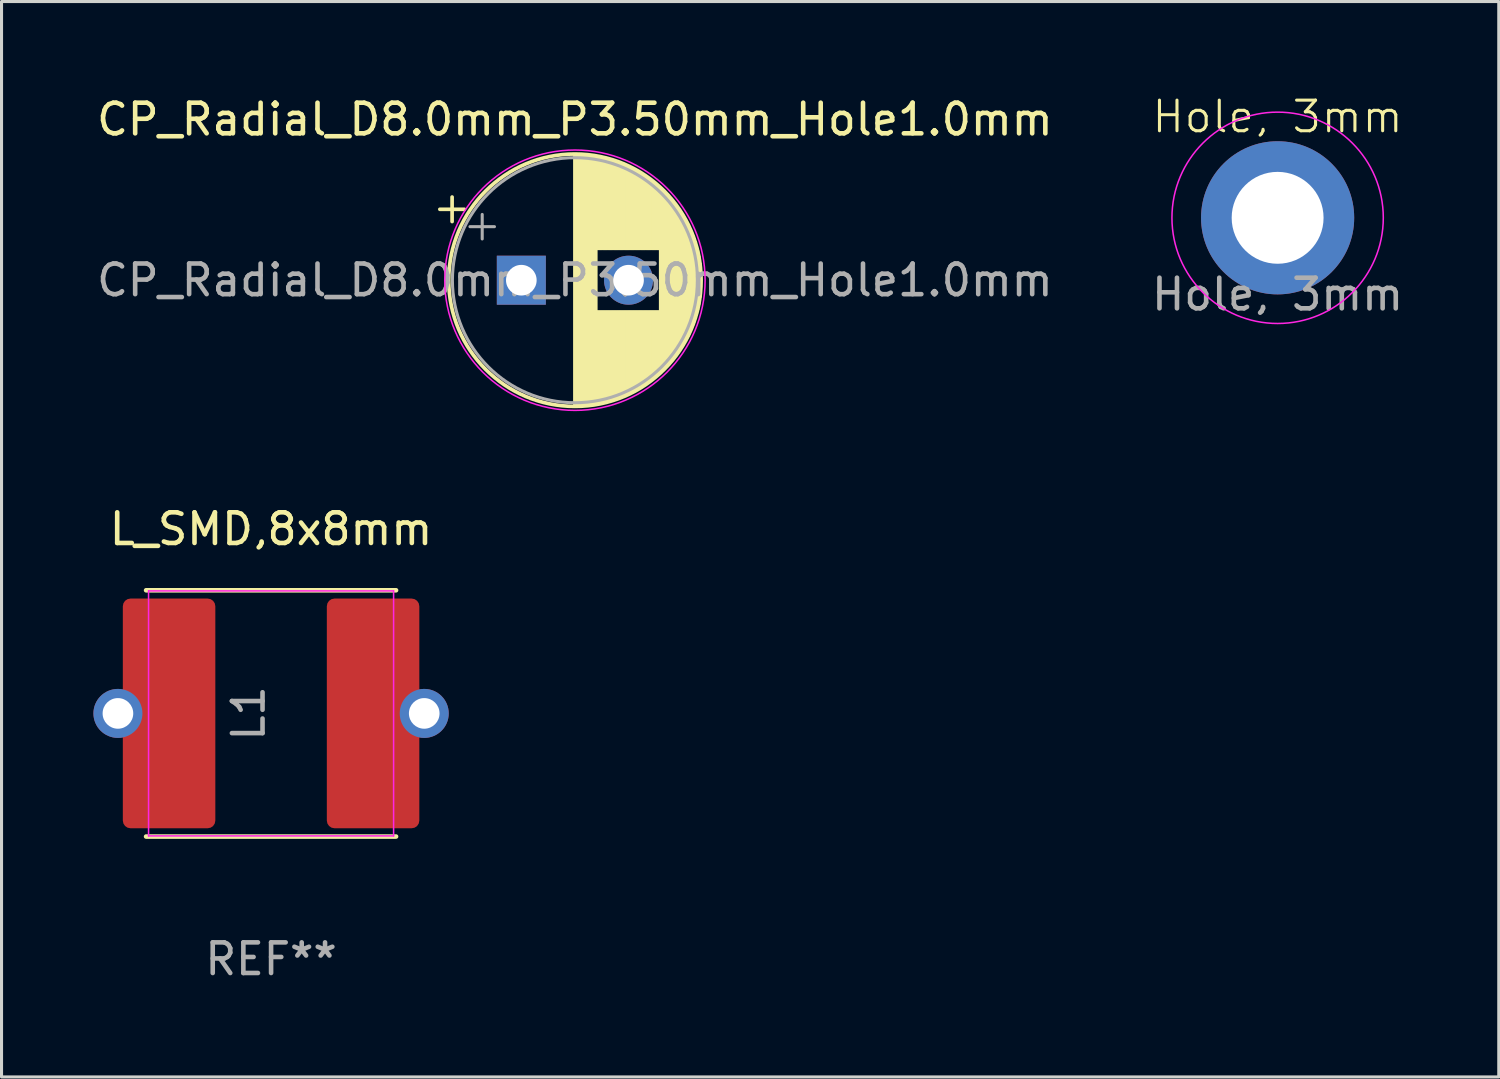
<source format=kicad_pcb>
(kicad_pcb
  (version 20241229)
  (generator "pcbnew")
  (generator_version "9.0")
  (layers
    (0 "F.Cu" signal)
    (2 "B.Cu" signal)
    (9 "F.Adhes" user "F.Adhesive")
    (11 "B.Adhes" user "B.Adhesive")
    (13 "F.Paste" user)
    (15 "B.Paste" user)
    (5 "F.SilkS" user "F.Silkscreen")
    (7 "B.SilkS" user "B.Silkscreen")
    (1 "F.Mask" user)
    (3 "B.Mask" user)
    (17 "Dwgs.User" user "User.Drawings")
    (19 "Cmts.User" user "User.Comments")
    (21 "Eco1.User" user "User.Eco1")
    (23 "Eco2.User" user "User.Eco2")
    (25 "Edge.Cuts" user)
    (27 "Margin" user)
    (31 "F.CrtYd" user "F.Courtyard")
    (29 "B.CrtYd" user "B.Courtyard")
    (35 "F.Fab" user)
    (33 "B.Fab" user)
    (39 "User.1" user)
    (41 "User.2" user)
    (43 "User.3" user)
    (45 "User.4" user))
  (footprint "CP_Radial_D8.0mm_P3.50mm_Hole1.0mm"
    (layer "F.Cu")
    (at 13.97 6.098)
    (property "Reference" "CP_Radial_D8.0mm_P3.50mm_Hole1.0mm" (at 1.75 -5.25 180) (layer "F.SilkS") (effects (font (size 1 1) (thickness 0.15))))
    (attr through_hole)
    (fp_line (start -2.66 -2.315) (end -1.86 -2.315) (stroke (width 0.12) (type solid)) (layer "F.SilkS"))
    (fp_line (start -2.26 -2.715) (end -2.26 -1.915) (stroke (width 0.12) (type solid)) (layer "F.SilkS"))
    (fp_line (start 1.75 -4.08) (end 1.75 4.08) (stroke (width 0.12) (type solid)) (layer "F.SilkS"))
    (fp_line (start 1.79 -4.08) (end 1.79 4.08) (stroke (width 0.12) (type solid)) (layer "F.SilkS"))
    (fp_line (start 1.83 -4.08) (end 1.83 4.08) (stroke (width 0.12) (type solid)) (layer "F.SilkS"))
    (fp_line (start 1.87 -4.079) (end 1.87 4.079) (stroke (width 0.12) (type solid)) (layer "F.SilkS"))
    (fp_line (start 1.91 -4.077) (end 1.91 4.077) (stroke (width 0.12) (type solid)) (layer "F.SilkS"))
    (fp_line (start 1.95 -4.076) (end 1.95 4.076) (stroke (width 0.12) (type solid)) (layer "F.SilkS"))
    (fp_line (start 1.99 -4.074) (end 1.99 4.074) (stroke (width 0.12) (type solid)) (layer "F.SilkS"))
    (fp_line (start 2.03 -4.071) (end 2.03 4.071) (stroke (width 0.12) (type solid)) (layer "F.SilkS"))
    (fp_line (start 2.07 -4.068) (end 2.07 4.068) (stroke (width 0.12) (type solid)) (layer "F.SilkS"))
    (fp_line (start 2.11 -4.065) (end 2.11 4.065) (stroke (width 0.12) (type solid)) (layer "F.SilkS"))
    (fp_line (start 2.15 -4.061) (end 2.15 4.061) (stroke (width 0.12) (type solid)) (layer "F.SilkS"))
    (fp_line (start 2.19 -4.057) (end 2.19 4.057) (stroke (width 0.12) (type solid)) (layer "F.SilkS"))
    (fp_line (start 2.23 -4.052) (end 2.23 4.052) (stroke (width 0.12) (type solid)) (layer "F.SilkS"))
    (fp_line (start 2.27 -4.048) (end 2.27 4.048) (stroke (width 0.12) (type solid)) (layer "F.SilkS"))
    (fp_line (start 2.31 -4.042) (end 2.31 4.042) (stroke (width 0.12) (type solid)) (layer "F.SilkS"))
    (fp_line (start 2.35 -4.037) (end 2.35 4.037) (stroke (width 0.12) (type solid)) (layer "F.SilkS"))
    (fp_line (start 2.39 -4.03) (end 2.39 4.03) (stroke (width 0.12) (type solid)) (layer "F.SilkS"))
    (fp_line (start 2.43 -4.024) (end 2.43 4.024) (stroke (width 0.12) (type solid)) (layer "F.SilkS"))
    (fp_line (start 2.471 -4.017) (end 2.471 -1.04) (stroke (width 0.12) (type solid)) (layer "F.SilkS"))
    (fp_line (start 2.471 1.04) (end 2.471 4.017) (stroke (width 0.12) (type solid)) (layer "F.SilkS"))
    (fp_line (start 2.511 -4.01) (end 2.511 -1.04) (stroke (width 0.12) (type solid)) (layer "F.SilkS"))
    (fp_line (start 2.511 1.04) (end 2.511 4.01) (stroke (width 0.12) (type solid)) (layer "F.SilkS"))
    (fp_line (start 2.551 -4.002) (end 2.551 -1.04) (stroke (width 0.12) (type solid)) (layer "F.SilkS"))
    (fp_line (start 2.551 1.04) (end 2.551 4.002) (stroke (width 0.12) (type solid)) (layer "F.SilkS"))
    (fp_line (start 2.591 -3.994) (end 2.591 -1.04) (stroke (width 0.12) (type solid)) (layer "F.SilkS"))
    (fp_line (start 2.591 1.04) (end 2.591 3.994) (stroke (width 0.12) (type solid)) (layer "F.SilkS"))
    (fp_line (start 2.631 -3.985) (end 2.631 -1.04) (stroke (width 0.12) (type solid)) (layer "F.SilkS"))
    (fp_line (start 2.631 1.04) (end 2.631 3.985) (stroke (width 0.12) (type solid)) (layer "F.SilkS"))
    (fp_line (start 2.671 -3.976) (end 2.671 -1.04) (stroke (width 0.12) (type solid)) (layer "F.SilkS"))
    (fp_line (start 2.671 1.04) (end 2.671 3.976) (stroke (width 0.12) (type solid)) (layer "F.SilkS"))
    (fp_line (start 2.711 -3.967) (end 2.711 -1.04) (stroke (width 0.12) (type solid)) (layer "F.SilkS"))
    (fp_line (start 2.711 1.04) (end 2.711 3.967) (stroke (width 0.12) (type solid)) (layer "F.SilkS"))
    (fp_line (start 2.751 -3.957) (end 2.751 -1.04) (stroke (width 0.12) (type solid)) (layer "F.SilkS"))
    (fp_line (start 2.751 1.04) (end 2.751 3.957) (stroke (width 0.12) (type solid)) (layer "F.SilkS"))
    (fp_line (start 2.791 -3.947) (end 2.791 -1.04) (stroke (width 0.12) (type solid)) (layer "F.SilkS"))
    (fp_line (start 2.791 1.04) (end 2.791 3.947) (stroke (width 0.12) (type solid)) (layer "F.SilkS"))
    (fp_line (start 2.831 -3.936) (end 2.831 -1.04) (stroke (width 0.12) (type solid)) (layer "F.SilkS"))
    (fp_line (start 2.831 1.04) (end 2.831 3.936) (stroke (width 0.12) (type solid)) (layer "F.SilkS"))
    (fp_line (start 2.871 -3.925) (end 2.871 -1.04) (stroke (width 0.12) (type solid)) (layer "F.SilkS"))
    (fp_line (start 2.871 1.04) (end 2.871 3.925) (stroke (width 0.12) (type solid)) (layer "F.SilkS"))
    (fp_line (start 2.911 -3.914) (end 2.911 -1.04) (stroke (width 0.12) (type solid)) (layer "F.SilkS"))
    (fp_line (start 2.911 1.04) (end 2.911 3.914) (stroke (width 0.12) (type solid)) (layer "F.SilkS"))
    (fp_line (start 2.951 -3.902) (end 2.951 -1.04) (stroke (width 0.12) (type solid)) (layer "F.SilkS"))
    (fp_line (start 2.951 1.04) (end 2.951 3.902) (stroke (width 0.12) (type solid)) (layer "F.SilkS"))
    (fp_line (start 2.991 -3.889) (end 2.991 -1.04) (stroke (width 0.12) (type solid)) (layer "F.SilkS"))
    (fp_line (start 2.991 1.04) (end 2.991 3.889) (stroke (width 0.12) (type solid)) (layer "F.SilkS"))
    (fp_line (start 3.031 -3.877) (end 3.031 -1.04) (stroke (width 0.12) (type solid)) (layer "F.SilkS"))
    (fp_line (start 3.031 1.04) (end 3.031 3.877) (stroke (width 0.12) (type solid)) (layer "F.SilkS"))
    (fp_line (start 3.071 -3.863) (end 3.071 -1.04) (stroke (width 0.12) (type solid)) (layer "F.SilkS"))
    (fp_line (start 3.071 1.04) (end 3.071 3.863) (stroke (width 0.12) (type solid)) (layer "F.SilkS"))
    (fp_line (start 3.111 -3.85) (end 3.111 -1.04) (stroke (width 0.12) (type solid)) (layer "F.SilkS"))
    (fp_line (start 3.111 1.04) (end 3.111 3.85) (stroke (width 0.12) (type solid)) (layer "F.SilkS"))
    (fp_line (start 3.151 -3.835) (end 3.151 -1.04) (stroke (width 0.12) (type solid)) (layer "F.SilkS"))
    (fp_line (start 3.151 1.04) (end 3.151 3.835) (stroke (width 0.12) (type solid)) (layer "F.SilkS"))
    (fp_line (start 3.191 -3.821) (end 3.191 -1.04) (stroke (width 0.12) (type solid)) (layer "F.SilkS"))
    (fp_line (start 3.191 1.04) (end 3.191 3.821) (stroke (width 0.12) (type solid)) (layer "F.SilkS"))
    (fp_line (start 3.231 -3.805) (end 3.231 -1.04) (stroke (width 0.12) (type solid)) (layer "F.SilkS"))
    (fp_line (start 3.231 1.04) (end 3.231 3.805) (stroke (width 0.12) (type solid)) (layer "F.SilkS"))
    (fp_line (start 3.271 -3.79) (end 3.271 -1.04) (stroke (width 0.12) (type solid)) (layer "F.SilkS"))
    (fp_line (start 3.271 1.04) (end 3.271 3.79) (stroke (width 0.12) (type solid)) (layer "F.SilkS"))
    (fp_line (start 3.311 -3.774) (end 3.311 -1.04) (stroke (width 0.12) (type solid)) (layer "F.SilkS"))
    (fp_line (start 3.311 1.04) (end 3.311 3.774) (stroke (width 0.12) (type solid)) (layer "F.SilkS"))
    (fp_line (start 3.351 -3.757) (end 3.351 -1.04) (stroke (width 0.12) (type solid)) (layer "F.SilkS"))
    (fp_line (start 3.351 1.04) (end 3.351 3.757) (stroke (width 0.12) (type solid)) (layer "F.SilkS"))
    (fp_line (start 3.391 -3.74) (end 3.391 -1.04) (stroke (width 0.12) (type solid)) (layer "F.SilkS"))
    (fp_line (start 3.391 1.04) (end 3.391 3.74) (stroke (width 0.12) (type solid)) (layer "F.SilkS"))
    (fp_line (start 3.431 -3.722) (end 3.431 -1.04) (stroke (width 0.12) (type solid)) (layer "F.SilkS"))
    (fp_line (start 3.431 1.04) (end 3.431 3.722) (stroke (width 0.12) (type solid)) (layer "F.SilkS"))
    (fp_line (start 3.471 -3.704) (end 3.471 -1.04) (stroke (width 0.12) (type solid)) (layer "F.SilkS"))
    (fp_line (start 3.471 1.04) (end 3.471 3.704) (stroke (width 0.12) (type solid)) (layer "F.SilkS"))
    (fp_line (start 3.511 -3.686) (end 3.511 -1.04) (stroke (width 0.12) (type solid)) (layer "F.SilkS"))
    (fp_line (start 3.511 1.04) (end 3.511 3.686) (stroke (width 0.12) (type solid)) (layer "F.SilkS"))
    (fp_line (start 3.551 -3.666) (end 3.551 -1.04) (stroke (width 0.12) (type solid)) (layer "F.SilkS"))
    (fp_line (start 3.551 1.04) (end 3.551 3.666) (stroke (width 0.12) (type solid)) (layer "F.SilkS"))
    (fp_line (start 3.591 -3.647) (end 3.591 -1.04) (stroke (width 0.12) (type solid)) (layer "F.SilkS"))
    (fp_line (start 3.591 1.04) (end 3.591 3.647) (stroke (width 0.12) (type solid)) (layer "F.SilkS"))
    (fp_line (start 3.631 -3.627) (end 3.631 -1.04) (stroke (width 0.12) (type solid)) (layer "F.SilkS"))
    (fp_line (start 3.631 1.04) (end 3.631 3.627) (stroke (width 0.12) (type solid)) (layer "F.SilkS"))
    (fp_line (start 3.671 -3.606) (end 3.671 -1.04) (stroke (width 0.12) (type solid)) (layer "F.SilkS"))
    (fp_line (start 3.671 1.04) (end 3.671 3.606) (stroke (width 0.12) (type solid)) (layer "F.SilkS"))
    (fp_line (start 3.711 -3.584) (end 3.711 -1.04) (stroke (width 0.12) (type solid)) (layer "F.SilkS"))
    (fp_line (start 3.711 1.04) (end 3.711 3.584) (stroke (width 0.12) (type solid)) (layer "F.SilkS"))
    (fp_line (start 3.751 -3.562) (end 3.751 -1.04) (stroke (width 0.12) (type solid)) (layer "F.SilkS"))
    (fp_line (start 3.751 1.04) (end 3.751 3.562) (stroke (width 0.12) (type solid)) (layer "F.SilkS"))
    (fp_line (start 3.791 -3.54) (end 3.791 -1.04) (stroke (width 0.12) (type solid)) (layer "F.SilkS"))
    (fp_line (start 3.791 1.04) (end 3.791 3.54) (stroke (width 0.12) (type solid)) (layer "F.SilkS"))
    (fp_line (start 3.831 -3.517) (end 3.831 -1.04) (stroke (width 0.12) (type solid)) (layer "F.SilkS"))
    (fp_line (start 3.831 1.04) (end 3.831 3.517) (stroke (width 0.12) (type solid)) (layer "F.SilkS"))
    (fp_line (start 3.871 -3.493) (end 3.871 -1.04) (stroke (width 0.12) (type solid)) (layer "F.SilkS"))
    (fp_line (start 3.871 1.04) (end 3.871 3.493) (stroke (width 0.12) (type solid)) (layer "F.SilkS"))
    (fp_line (start 3.911 -3.469) (end 3.911 -1.04) (stroke (width 0.12) (type solid)) (layer "F.SilkS"))
    (fp_line (start 3.911 1.04) (end 3.911 3.469) (stroke (width 0.12) (type solid)) (layer "F.SilkS"))
    (fp_line (start 3.951 -3.444) (end 3.951 -1.04) (stroke (width 0.12) (type solid)) (layer "F.SilkS"))
    (fp_line (start 3.951 1.04) (end 3.951 3.444) (stroke (width 0.12) (type solid)) (layer "F.SilkS"))
    (fp_line (start 3.991 -3.418) (end 3.991 -1.04) (stroke (width 0.12) (type solid)) (layer "F.SilkS"))
    (fp_line (start 3.991 1.04) (end 3.991 3.418) (stroke (width 0.12) (type solid)) (layer "F.SilkS"))
    (fp_line (start 4.031 -3.392) (end 4.031 -1.04) (stroke (width 0.12) (type solid)) (layer "F.SilkS"))
    (fp_line (start 4.031 1.04) (end 4.031 3.392) (stroke (width 0.12) (type solid)) (layer "F.SilkS"))
    (fp_line (start 4.071 -3.365) (end 4.071 -1.04) (stroke (width 0.12) (type solid)) (layer "F.SilkS"))
    (fp_line (start 4.071 1.04) (end 4.071 3.365) (stroke (width 0.12) (type solid)) (layer "F.SilkS"))
    (fp_line (start 4.111 -3.338) (end 4.111 -1.04) (stroke (width 0.12) (type solid)) (layer "F.SilkS"))
    (fp_line (start 4.111 1.04) (end 4.111 3.338) (stroke (width 0.12) (type solid)) (layer "F.SilkS"))
    (fp_line (start 4.151 -3.309) (end 4.151 -1.04) (stroke (width 0.12) (type solid)) (layer "F.SilkS"))
    (fp_line (start 4.151 1.04) (end 4.151 3.309) (stroke (width 0.12) (type solid)) (layer "F.SilkS"))
    (fp_line (start 4.191 -3.28) (end 4.191 -1.04) (stroke (width 0.12) (type solid)) (layer "F.SilkS"))
    (fp_line (start 4.191 1.04) (end 4.191 3.28) (stroke (width 0.12) (type solid)) (layer "F.SilkS"))
    (fp_line (start 4.231 -3.25) (end 4.231 -1.04) (stroke (width 0.12) (type solid)) (layer "F.SilkS"))
    (fp_line (start 4.231 1.04) (end 4.231 3.25) (stroke (width 0.12) (type solid)) (layer "F.SilkS"))
    (fp_line (start 4.271 -3.22) (end 4.271 -1.04) (stroke (width 0.12) (type solid)) (layer "F.SilkS"))
    (fp_line (start 4.271 1.04) (end 4.271 3.22) (stroke (width 0.12) (type solid)) (layer "F.SilkS"))
    (fp_line (start 4.311 -3.189) (end 4.311 -1.04) (stroke (width 0.12) (type solid)) (layer "F.SilkS"))
    (fp_line (start 4.311 1.04) (end 4.311 3.189) (stroke (width 0.12) (type solid)) (layer "F.SilkS"))
    (fp_line (start 4.351 -3.156) (end 4.351 -1.04) (stroke (width 0.12) (type solid)) (layer "F.SilkS"))
    (fp_line (start 4.351 1.04) (end 4.351 3.156) (stroke (width 0.12) (type solid)) (layer "F.SilkS"))
    (fp_line (start 4.391 -3.124) (end 4.391 -1.04) (stroke (width 0.12) (type solid)) (layer "F.SilkS"))
    (fp_line (start 4.391 1.04) (end 4.391 3.124) (stroke (width 0.12) (type solid)) (layer "F.SilkS"))
    (fp_line (start 4.431 -3.09) (end 4.431 -1.04) (stroke (width 0.12) (type solid)) (layer "F.SilkS"))
    (fp_line (start 4.431 1.04) (end 4.431 3.09) (stroke (width 0.12) (type solid)) (layer "F.SilkS"))
    (fp_line (start 4.471 -3.055) (end 4.471 -1.04) (stroke (width 0.12) (type solid)) (layer "F.SilkS"))
    (fp_line (start 4.471 1.04) (end 4.471 3.055) (stroke (width 0.12) (type solid)) (layer "F.SilkS"))
    (fp_line (start 4.511 -3.019) (end 4.511 -1.04) (stroke (width 0.12) (type solid)) (layer "F.SilkS"))
    (fp_line (start 4.511 1.04) (end 4.511 3.019) (stroke (width 0.12) (type solid)) (layer "F.SilkS"))
    (fp_line (start 4.551 -2.983) (end 4.551 2.983) (stroke (width 0.12) (type solid)) (layer "F.SilkS"))
    (fp_line (start 4.591 -2.945) (end 4.591 2.945) (stroke (width 0.12) (type solid)) (layer "F.SilkS"))
    (fp_line (start 4.631 -2.907) (end 4.631 2.907) (stroke (width 0.12) (type solid)) (layer "F.SilkS"))
    (fp_line (start 4.671 -2.867) (end 4.671 2.867) (stroke (width 0.12) (type solid)) (layer "F.SilkS"))
    (fp_line (start 4.711 -2.826) (end 4.711 2.826) (stroke (width 0.12) (type solid)) (layer "F.SilkS"))
    (fp_line (start 4.751 -2.784) (end 4.751 2.784) (stroke (width 0.12) (type solid)) (layer "F.SilkS"))
    (fp_line (start 4.791 -2.741) (end 4.791 2.741) (stroke (width 0.12) (type solid)) (layer "F.SilkS"))
    (fp_line (start 4.831 -2.697) (end 4.831 2.697) (stroke (width 0.12) (type solid)) (layer "F.SilkS"))
    (fp_line (start 4.871 -2.651) (end 4.871 2.651) (stroke (width 0.12) (type solid)) (layer "F.SilkS"))
    (fp_line (start 4.911 -2.604) (end 4.911 2.604) (stroke (width 0.12) (type solid)) (layer "F.SilkS"))
    (fp_line (start 4.951 -2.556) (end 4.951 2.556) (stroke (width 0.12) (type solid)) (layer "F.SilkS"))
    (fp_line (start 4.991 -2.505) (end 4.991 2.505) (stroke (width 0.12) (type solid)) (layer "F.SilkS"))
    (fp_line (start 5.031 -2.454) (end 5.031 2.454) (stroke (width 0.12) (type solid)) (layer "F.SilkS"))
    (fp_line (start 5.071 -2.4) (end 5.071 2.4) (stroke (width 0.12) (type solid)) (layer "F.SilkS"))
    (fp_line (start 5.111 -2.345) (end 5.111 2.345) (stroke (width 0.12) (type solid)) (layer "F.SilkS"))
    (fp_line (start 5.151 -2.287) (end 5.151 2.287) (stroke (width 0.12) (type solid)) (layer "F.SilkS"))
    (fp_line (start 5.191 -2.228) (end 5.191 2.228) (stroke (width 0.12) (type solid)) (layer "F.SilkS"))
    (fp_line (start 5.231 -2.166) (end 5.231 2.166) (stroke (width 0.12) (type solid)) (layer "F.SilkS"))
    (fp_line (start 5.271 -2.102) (end 5.271 2.102) (stroke (width 0.12) (type solid)) (layer "F.SilkS"))
    (fp_line (start 5.311 -2.034) (end 5.311 2.034) (stroke (width 0.12) (type solid)) (layer "F.SilkS"))
    (fp_line (start 5.351 -1.964) (end 5.351 1.964) (stroke (width 0.12) (type solid)) (layer "F.SilkS"))
    (fp_line (start 5.391 -1.89) (end 5.391 1.89) (stroke (width 0.12) (type solid)) (layer "F.SilkS"))
    (fp_line (start 5.431 -1.813) (end 5.431 1.813) (stroke (width 0.12) (type solid)) (layer "F.SilkS"))
    (fp_line (start 5.471 -1.731) (end 5.471 1.731) (stroke (width 0.12) (type solid)) (layer "F.SilkS"))
    (fp_line (start 5.511 -1.645) (end 5.511 1.645) (stroke (width 0.12) (type solid)) (layer "F.SilkS"))
    (fp_line (start 5.551 -1.552) (end 5.551 1.552) (stroke (width 0.12) (type solid)) (layer "F.SilkS"))
    (fp_line (start 5.591 -1.453) (end 5.591 1.453) (stroke (width 0.12) (type solid)) (layer "F.SilkS"))
    (fp_line (start 5.631 -1.346) (end 5.631 1.346) (stroke (width 0.12) (type solid)) (layer "F.SilkS"))
    (fp_line (start 5.671 -1.229) (end 5.671 1.229) (stroke (width 0.12) (type solid)) (layer "F.SilkS"))
    (fp_line (start 5.711 -1.098) (end 5.711 1.098) (stroke (width 0.12) (type solid)) (layer "F.SilkS"))
    (fp_line (start 5.751 -0.948) (end 5.751 0.948) (stroke (width 0.12) (type solid)) (layer "F.SilkS"))
    (fp_line (start 5.791 -0.768) (end 5.791 0.768) (stroke (width 0.12) (type solid)) (layer "F.SilkS"))
    (fp_line (start 5.831 -0.533) (end 5.831 0.533) (stroke (width 0.12) (type solid)) (layer "F.SilkS"))
    (fp_circle (center 1.75 0) (end 5.87 0) (stroke (width 0.12) (type solid)) (fill no) (layer "F.SilkS"))
    (fp_circle (center 1.75 0) (end 6 0) (stroke (width 0.05) (type solid)) (fill no) (layer "F.CrtYd"))
    (fp_line (start -1.677 -1.748) (end -0.877 -1.748) (stroke (width 0.1) (type solid)) (layer "F.Fab"))
    (fp_line (start -1.277 -2.147) (end -1.277 -1.347) (stroke (width 0.1) (type solid)) (layer "F.Fab"))
    (fp_circle (center 1.75 0) (end 5.75 0) (stroke (width 0.1) (type solid)) (fill no) (layer "F.Fab"))
    (fp_text user "${REFERENCE}" (at 1.75 0 180) (layer "F.Fab") (effects (font (size 1 1) (thickness 0.15))))
    (pad "1" thru_hole rect (at 0 0) (size 1.6 1.6) (drill 1) (layers "*.Cu" "*.Mask"))
    (pad "2" thru_hole circle (at 3.5 0) (size 1.6 1.6) (drill 1) (layers "*.Cu" "*.Mask")))
  (footprint "L_SMD,8x8mm"
    (layer "F.Cu")
    (at 5.8 20.241)
    (property "Reference" "L_SMD,8x8mm" (at 0 -6.02 0) (layer "F.SilkS") (effects (font (size 1 1) (thickness 0.15))))
    (attr smd)
    (fp_line (start -4.08 -4.02) (end 4.08 -4.02) (stroke (width 0.15) (type solid)) (layer "F.SilkS"))
    (fp_line (start -4.08 4.02) (end 4.08 4.02) (stroke (width 0.15) (type solid)) (layer "F.SilkS"))
    (fp_line (start -4 -4) (end -4 4) (stroke (width 0.05) (type default)) (layer "F.CrtYd"))
    (fp_line (start -4 4) (end 4 4) (stroke (width 0.05) (type default)) (layer "F.CrtYd"))
    (fp_line (start 4 -4) (end -4 -4) (stroke (width 0.05) (type default)) (layer "F.CrtYd"))
    (fp_line (start 4 4) (end 4 -4) (stroke (width 0.05) (type default)) (layer "F.CrtYd"))
    (fp_text user "REF**" (at 0 8.02 0) (layer "F.Fab") (effects (font (size 1 1) (thickness 0.15))))
    (fp_text user "L1" (at -0.734 0 90) (layer "F.Fab") (effects (font (size 1 1) (thickness 0.15))))
    (pad "1" smd roundrect (at 3.33 0) (size 3.02 7.5) (layers "F.Cu" "F.Mask" "F.Paste") (roundrect_rratio 0.083))
    (pad "1" thru_hole circle (at 5 0) (size 1.6 1.6) (drill 1) (layers "*.Cu" "*.Mask"))
    (pad "2" thru_hole circle (at -5 0) (size 1.6 1.6) (drill 1) (layers "*.Cu" "*.Mask"))
    (pad "2" smd roundrect (at -3.33 0) (size 3.02 7.5) (layers "F.Cu" "F.Mask" "F.Paste") (roundrect_rratio 0.083)))
  (footprint "Hole, 3mm"
    (layer "F.Cu")
    (at 38.661 4.061)
    (property "Reference" "Hole, 3mm" (at 0 -3.3 0) (unlocked yes) (layer "F.SilkS") (effects (font (size 1 1) (thickness 0.1))))
    (fp_circle (center 0 0) (end 3.45 0) (stroke (width 0.05) (type solid)) (fill no) (layer "F.CrtYd"))
    (fp_text user "${REFERENCE}" (at 0 2.5 0) (unlocked yes) (layer "F.Fab") (effects (font (size 1 1) (thickness 0.15))))
    (pad "1" thru_hole circle (at 0 0 90) (size 5 5) (drill 3) (layers "*.Cu" "*.Mask")))
  (gr_rect
    (start -3 -3)
    (end 45.881 32.11)
    (stroke (width 0.1) (type default))
    (fill no)
    (layer "Edge.Cuts")))
</source>
